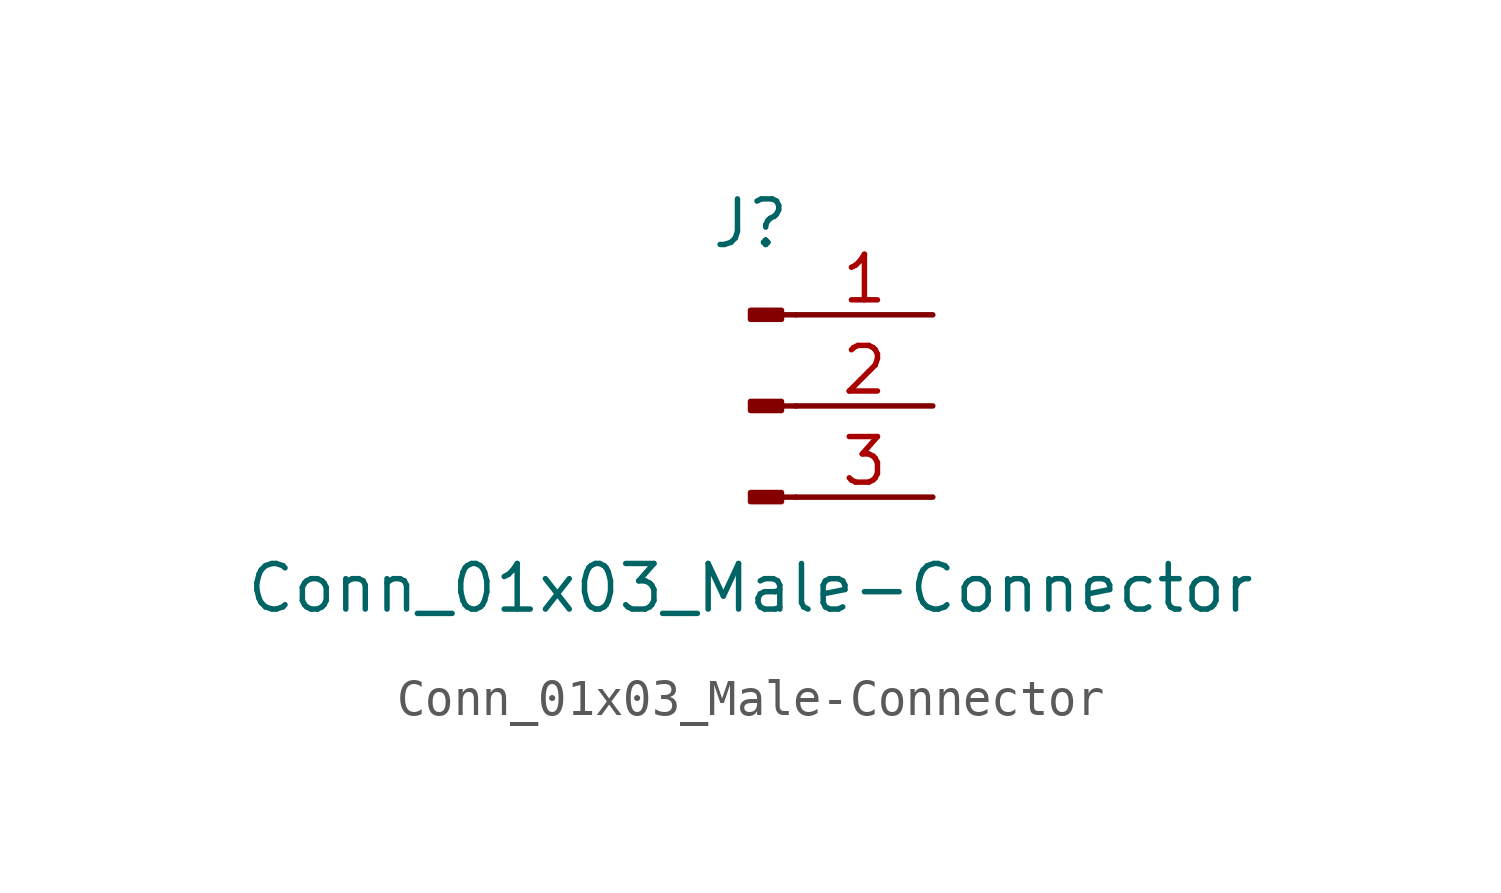
<source format=kicad_sym>
(kicad_symbol_lib
  (version 20211014)
  (generator kicad_symbol_editor)
  (symbol "Conn_01x03_Male-Connector"
    (pin_names
      (offset 1.016) hide)
    (property "Reference" "J"
      (at 0 5.08 0)
      (effects (font (size 1.27 1.27))))
    (property "Value" "Conn_01x03_Male-Connector"
      (at 0 -5.08 0)
      (effects (font (size 1.27 1.27))))
    (symbol "Conn_01x03_Male-Connector_1_1"
      (polyline (pts (xy 1.27 -2.54) (xy 0.864 -2.54)) (stroke (width 0.152) (type default) (color 0 0 0 0)) (fill (type none)))
      (polyline (pts (xy 1.27 0) (xy 0.864 0)) (stroke (width 0.152) (type default) (color 0 0 0 0)) (fill (type none)))
      (polyline (pts (xy 1.27 2.54) (xy 0.864 2.54)) (stroke (width 0.152) (type default) (color 0 0 0 0)) (fill (type none)))
      (rectangle (start 0.864 -2.413) (end 0 -2.667) (stroke (width 0.152) (type default) (color 0 0 0 0)) (fill (type outline)))
      (rectangle (start 0.864 0.127) (end 0 -0.127) (stroke (width 0.152) (type default) (color 0 0 0 0)) (fill (type outline)))
      (rectangle (start 0.864 2.667) (end 0 2.413) (stroke (width 0.152) (type default) (color 0 0 0 0)) (fill (type outline)))
      (pin passive line (at 5.08 2.54 180) (length 3.81) (name "Pin_1" (effects (font (size 1.27 1.27)))) (number "1" (effects (font (size 1.27 1.27)))))
      (pin passive line (at 5.08 0 180) (length 3.81) (name "Pin_2" (effects (font (size 1.27 1.27)))) (number "2" (effects (font (size 1.27 1.27)))))
      (pin passive line (at 5.08 -2.54 180) (length 3.81) (name "Pin_3" (effects (font (size 1.27 1.27)))) (number "3" (effects (font (size 1.27 1.27))))))))
</source>
